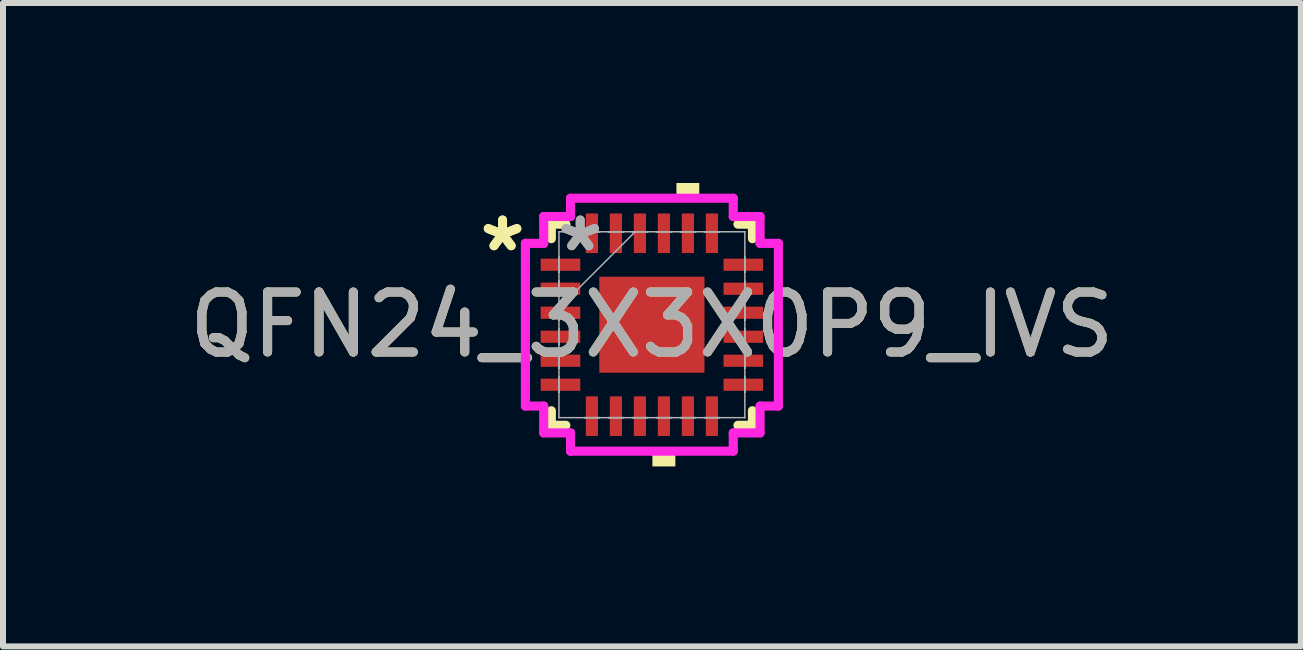
<source format=kicad_pcb>
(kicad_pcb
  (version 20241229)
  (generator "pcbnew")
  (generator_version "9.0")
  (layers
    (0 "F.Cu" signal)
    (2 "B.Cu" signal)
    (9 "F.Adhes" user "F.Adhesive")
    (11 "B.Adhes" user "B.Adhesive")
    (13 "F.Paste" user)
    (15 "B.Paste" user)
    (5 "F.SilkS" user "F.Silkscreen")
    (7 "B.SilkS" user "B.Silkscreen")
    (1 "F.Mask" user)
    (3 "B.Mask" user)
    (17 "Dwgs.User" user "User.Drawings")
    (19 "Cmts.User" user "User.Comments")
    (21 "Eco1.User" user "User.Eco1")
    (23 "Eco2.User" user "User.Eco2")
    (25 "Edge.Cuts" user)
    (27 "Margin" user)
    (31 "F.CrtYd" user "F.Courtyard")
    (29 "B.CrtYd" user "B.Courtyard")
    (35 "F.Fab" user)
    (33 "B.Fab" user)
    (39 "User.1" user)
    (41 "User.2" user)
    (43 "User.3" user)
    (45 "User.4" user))
  (footprint "QFN24_3X3X0P9_IVS"
    (layer "F.Cu")
    (at 7.815 2.362)
    (property "Reference" "QFN24_3X3X0P9_IVS" (at 0 0 0) (unlocked yes) (layer "F.SilkS") (effects (font (size 1 1) (thickness 0.15))))
    (attr smd)
    (fp_line (start -1.676 -1.676) (end -1.676 -1.434) (stroke (width 0.152) (type solid)) (layer "F.SilkS"))
    (fp_line (start -1.676 1.434) (end -1.676 1.676) (stroke (width 0.152) (type solid)) (layer "F.SilkS"))
    (fp_line (start -1.676 1.676) (end -1.434 1.676) (stroke (width 0.152) (type solid)) (layer "F.SilkS"))
    (fp_line (start -1.434 -1.676) (end -1.676 -1.676) (stroke (width 0.152) (type solid)) (layer "F.SilkS"))
    (fp_line (start 1.434 1.676) (end 1.676 1.676) (stroke (width 0.152) (type solid)) (layer "F.SilkS"))
    (fp_line (start 1.676 -1.676) (end 1.434 -1.676) (stroke (width 0.152) (type solid)) (layer "F.SilkS"))
    (fp_line (start 1.676 -1.434) (end 1.676 -1.676) (stroke (width 0.152) (type solid)) (layer "F.SilkS"))
    (fp_line (start 1.676 1.676) (end 1.676 1.434) (stroke (width 0.152) (type solid)) (layer "F.SilkS"))
    (fp_poly (pts (xy 0.009 2.108) (xy 0.009 2.362) (xy 0.391 2.362) (xy 0.391 2.108)) (stroke (width 0) (type solid)) (fill yes) (layer "F.SilkS"))
    (fp_poly (pts (xy 0.409 -2.108) (xy 0.409 -2.362) (xy 0.79 -2.362) (xy 0.79 -2.108)) (stroke (width 0) (type solid)) (fill yes) (layer "F.SilkS"))
    (fp_line (start -2.108 -1.356) (end -1.803 -1.356) (stroke (width 0.152) (type solid)) (layer "F.CrtYd"))
    (fp_line (start -2.108 1.356) (end -2.108 -1.356) (stroke (width 0.152) (type solid)) (layer "F.CrtYd"))
    (fp_line (start -1.803 -1.803) (end -1.356 -1.803) (stroke (width 0.152) (type solid)) (layer "F.CrtYd"))
    (fp_line (start -1.803 -1.356) (end -1.803 -1.803) (stroke (width 0.152) (type solid)) (layer "F.CrtYd"))
    (fp_line (start -1.803 1.356) (end -2.108 1.356) (stroke (width 0.152) (type solid)) (layer "F.CrtYd"))
    (fp_line (start -1.803 1.803) (end -1.803 1.356) (stroke (width 0.152) (type solid)) (layer "F.CrtYd"))
    (fp_line (start -1.356 -2.108) (end 1.356 -2.108) (stroke (width 0.152) (type solid)) (layer "F.CrtYd"))
    (fp_line (start -1.356 -1.803) (end -1.356 -2.108) (stroke (width 0.152) (type solid)) (layer "F.CrtYd"))
    (fp_line (start -1.356 1.803) (end -1.803 1.803) (stroke (width 0.152) (type solid)) (layer "F.CrtYd"))
    (fp_line (start -1.356 2.108) (end -1.356 1.803) (stroke (width 0.152) (type solid)) (layer "F.CrtYd"))
    (fp_line (start 1.356 -2.108) (end 1.356 -1.803) (stroke (width 0.152) (type solid)) (layer "F.CrtYd"))
    (fp_line (start 1.356 -1.803) (end 1.803 -1.803) (stroke (width 0.152) (type solid)) (layer "F.CrtYd"))
    (fp_line (start 1.356 1.803) (end 1.356 2.108) (stroke (width 0.152) (type solid)) (layer "F.CrtYd"))
    (fp_line (start 1.356 2.108) (end -1.356 2.108) (stroke (width 0.152) (type solid)) (layer "F.CrtYd"))
    (fp_line (start 1.803 -1.803) (end 1.803 -1.356) (stroke (width 0.152) (type solid)) (layer "F.CrtYd"))
    (fp_line (start 1.803 -1.356) (end 2.108 -1.356) (stroke (width 0.152) (type solid)) (layer "F.CrtYd"))
    (fp_line (start 1.803 1.356) (end 1.803 1.803) (stroke (width 0.152) (type solid)) (layer "F.CrtYd"))
    (fp_line (start 1.803 1.803) (end 1.356 1.803) (stroke (width 0.152) (type solid)) (layer "F.CrtYd"))
    (fp_line (start 2.108 -1.356) (end 2.108 1.356) (stroke (width 0.152) (type solid)) (layer "F.CrtYd"))
    (fp_line (start 2.108 1.356) (end 1.803 1.356) (stroke (width 0.152) (type solid)) (layer "F.CrtYd"))
    (fp_line (start -1.549 -1.549) (end -1.549 -1.549) (stroke (width 0.025) (type solid)) (layer "F.Fab"))
    (fp_line (start -1.549 -1.549) (end -1.549 1.549) (stroke (width 0.025) (type solid)) (layer "F.Fab"))
    (fp_line (start -1.549 -1.127) (end -1.549 -1.127) (stroke (width 0.025) (type solid)) (layer "F.Fab"))
    (fp_line (start -1.549 -1.127) (end -1.549 -0.873) (stroke (width 0.025) (type solid)) (layer "F.Fab"))
    (fp_line (start -1.549 -0.873) (end -1.549 -1.127) (stroke (width 0.025) (type solid)) (layer "F.Fab"))
    (fp_line (start -1.549 -0.873) (end -1.549 -0.873) (stroke (width 0.025) (type solid)) (layer "F.Fab"))
    (fp_line (start -1.549 -0.727) (end -1.549 -0.727) (stroke (width 0.025) (type solid)) (layer "F.Fab"))
    (fp_line (start -1.549 -0.727) (end -1.549 -0.473) (stroke (width 0.025) (type solid)) (layer "F.Fab"))
    (fp_line (start -1.549 -0.473) (end -1.549 -0.727) (stroke (width 0.025) (type solid)) (layer "F.Fab"))
    (fp_line (start -1.549 -0.473) (end -1.549 -0.473) (stroke (width 0.025) (type solid)) (layer "F.Fab"))
    (fp_line (start -1.549 -0.327) (end -1.549 -0.327) (stroke (width 0.025) (type solid)) (layer "F.Fab"))
    (fp_line (start -1.549 -0.327) (end -1.549 -0.073) (stroke (width 0.025) (type solid)) (layer "F.Fab"))
    (fp_line (start -1.549 -0.279) (end -0.279 -1.549) (stroke (width 0.025) (type solid)) (layer "F.Fab"))
    (fp_line (start -1.549 -0.073) (end -1.549 -0.327) (stroke (width 0.025) (type solid)) (layer "F.Fab"))
    (fp_line (start -1.549 -0.073) (end -1.549 -0.073) (stroke (width 0.025) (type solid)) (layer "F.Fab"))
    (fp_line (start -1.549 0.073) (end -1.549 0.073) (stroke (width 0.025) (type solid)) (layer "F.Fab"))
    (fp_line (start -1.549 0.073) (end -1.549 0.327) (stroke (width 0.025) (type solid)) (layer "F.Fab"))
    (fp_line (start -1.549 0.327) (end -1.549 0.073) (stroke (width 0.025) (type solid)) (layer "F.Fab"))
    (fp_line (start -1.549 0.327) (end -1.549 0.327) (stroke (width 0.025) (type solid)) (layer "F.Fab"))
    (fp_line (start -1.549 0.473) (end -1.549 0.473) (stroke (width 0.025) (type solid)) (layer "F.Fab"))
    (fp_line (start -1.549 0.473) (end -1.549 0.727) (stroke (width 0.025) (type solid)) (layer "F.Fab"))
    (fp_line (start -1.549 0.727) (end -1.549 0.473) (stroke (width 0.025) (type solid)) (layer "F.Fab"))
    (fp_line (start -1.549 0.727) (end -1.549 0.727) (stroke (width 0.025) (type solid)) (layer "F.Fab"))
    (fp_line (start -1.549 0.873) (end -1.549 0.873) (stroke (width 0.025) (type solid)) (layer "F.Fab"))
    (fp_line (start -1.549 0.873) (end -1.549 1.127) (stroke (width 0.025) (type solid)) (layer "F.Fab"))
    (fp_line (start -1.549 1.127) (end -1.549 0.873) (stroke (width 0.025) (type solid)) (layer "F.Fab"))
    (fp_line (start -1.549 1.127) (end -1.549 1.127) (stroke (width 0.025) (type solid)) (layer "F.Fab"))
    (fp_line (start -1.549 1.549) (end -1.549 1.549) (stroke (width 0.025) (type solid)) (layer "F.Fab"))
    (fp_line (start -1.549 1.549) (end 1.549 1.549) (stroke (width 0.025) (type solid)) (layer "F.Fab"))
    (fp_line (start -1.127 -1.549) (end -1.127 -1.549) (stroke (width 0.025) (type solid)) (layer "F.Fab"))
    (fp_line (start -1.127 -1.549) (end -0.873 -1.549) (stroke (width 0.025) (type solid)) (layer "F.Fab"))
    (fp_line (start -1.127 1.549) (end -1.127 1.549) (stroke (width 0.025) (type solid)) (layer "F.Fab"))
    (fp_line (start -1.127 1.549) (end -0.873 1.549) (stroke (width 0.025) (type solid)) (layer "F.Fab"))
    (fp_line (start -0.873 -1.549) (end -1.127 -1.549) (stroke (width 0.025) (type solid)) (layer "F.Fab"))
    (fp_line (start -0.873 -1.549) (end -0.873 -1.549) (stroke (width 0.025) (type solid)) (layer "F.Fab"))
    (fp_line (start -0.873 1.549) (end -1.127 1.549) (stroke (width 0.025) (type solid)) (layer "F.Fab"))
    (fp_line (start -0.873 1.549) (end -0.873 1.549) (stroke (width 0.025) (type solid)) (layer "F.Fab"))
    (fp_line (start -0.727 -1.549) (end -0.727 -1.549) (stroke (width 0.025) (type solid)) (layer "F.Fab"))
    (fp_line (start -0.727 -1.549) (end -0.473 -1.549) (stroke (width 0.025) (type solid)) (layer "F.Fab"))
    (fp_line (start -0.727 1.549) (end -0.727 1.549) (stroke (width 0.025) (type solid)) (layer "F.Fab"))
    (fp_line (start -0.727 1.549) (end -0.473 1.549) (stroke (width 0.025) (type solid)) (layer "F.Fab"))
    (fp_line (start -0.473 -1.549) (end -0.727 -1.549) (stroke (width 0.025) (type solid)) (layer "F.Fab"))
    (fp_line (start -0.473 -1.549) (end -0.473 -1.549) (stroke (width 0.025) (type solid)) (layer "F.Fab"))
    (fp_line (start -0.473 1.549) (end -0.727 1.549) (stroke (width 0.025) (type solid)) (layer "F.Fab"))
    (fp_line (start -0.473 1.549) (end -0.473 1.549) (stroke (width 0.025) (type solid)) (layer "F.Fab"))
    (fp_line (start -0.327 -1.549) (end -0.327 -1.549) (stroke (width 0.025) (type solid)) (layer "F.Fab"))
    (fp_line (start -0.327 -1.549) (end -0.073 -1.549) (stroke (width 0.025) (type solid)) (layer "F.Fab"))
    (fp_line (start -0.327 1.549) (end -0.327 1.549) (stroke (width 0.025) (type solid)) (layer "F.Fab"))
    (fp_line (start -0.327 1.549) (end -0.073 1.549) (stroke (width 0.025) (type solid)) (layer "F.Fab"))
    (fp_line (start -0.073 -1.549) (end -0.327 -1.549) (stroke (width 0.025) (type solid)) (layer "F.Fab"))
    (fp_line (start -0.073 -1.549) (end -0.073 -1.549) (stroke (width 0.025) (type solid)) (layer "F.Fab"))
    (fp_line (start -0.073 1.549) (end -0.327 1.549) (stroke (width 0.025) (type solid)) (layer "F.Fab"))
    (fp_line (start -0.073 1.549) (end -0.073 1.549) (stroke (width 0.025) (type solid)) (layer "F.Fab"))
    (fp_line (start 0.073 -1.549) (end 0.073 -1.549) (stroke (width 0.025) (type solid)) (layer "F.Fab"))
    (fp_line (start 0.073 -1.549) (end 0.327 -1.549) (stroke (width 0.025) (type solid)) (layer "F.Fab"))
    (fp_line (start 0.073 1.549) (end 0.073 1.549) (stroke (width 0.025) (type solid)) (layer "F.Fab"))
    (fp_line (start 0.073 1.549) (end 0.327 1.549) (stroke (width 0.025) (type solid)) (layer "F.Fab"))
    (fp_line (start 0.327 -1.549) (end 0.073 -1.549) (stroke (width 0.025) (type solid)) (layer "F.Fab"))
    (fp_line (start 0.327 -1.549) (end 0.327 -1.549) (stroke (width 0.025) (type solid)) (layer "F.Fab"))
    (fp_line (start 0.327 1.549) (end 0.073 1.549) (stroke (width 0.025) (type solid)) (layer "F.Fab"))
    (fp_line (start 0.327 1.549) (end 0.327 1.549) (stroke (width 0.025) (type solid)) (layer "F.Fab"))
    (fp_line (start 0.473 -1.549) (end 0.473 -1.549) (stroke (width 0.025) (type solid)) (layer "F.Fab"))
    (fp_line (start 0.473 -1.549) (end 0.727 -1.549) (stroke (width 0.025) (type solid)) (layer "F.Fab"))
    (fp_line (start 0.473 1.549) (end 0.473 1.549) (stroke (width 0.025) (type solid)) (layer "F.Fab"))
    (fp_line (start 0.473 1.549) (end 0.727 1.549) (stroke (width 0.025) (type solid)) (layer "F.Fab"))
    (fp_line (start 0.727 -1.549) (end 0.473 -1.549) (stroke (width 0.025) (type solid)) (layer "F.Fab"))
    (fp_line (start 0.727 -1.549) (end 0.727 -1.549) (stroke (width 0.025) (type solid)) (layer "F.Fab"))
    (fp_line (start 0.727 1.549) (end 0.473 1.549) (stroke (width 0.025) (type solid)) (layer "F.Fab"))
    (fp_line (start 0.727 1.549) (end 0.727 1.549) (stroke (width 0.025) (type solid)) (layer "F.Fab"))
    (fp_line (start 0.873 -1.549) (end 0.873 -1.549) (stroke (width 0.025) (type solid)) (layer "F.Fab"))
    (fp_line (start 0.873 -1.549) (end 1.127 -1.549) (stroke (width 0.025) (type solid)) (layer "F.Fab"))
    (fp_line (start 0.873 1.549) (end 0.873 1.549) (stroke (width 0.025) (type solid)) (layer "F.Fab"))
    (fp_line (start 0.873 1.549) (end 1.127 1.549) (stroke (width 0.025) (type solid)) (layer "F.Fab"))
    (fp_line (start 1.127 -1.549) (end 0.873 -1.549) (stroke (width 0.025) (type solid)) (layer "F.Fab"))
    (fp_line (start 1.127 -1.549) (end 1.127 -1.549) (stroke (width 0.025) (type solid)) (layer "F.Fab"))
    (fp_line (start 1.127 1.549) (end 0.873 1.549) (stroke (width 0.025) (type solid)) (layer "F.Fab"))
    (fp_line (start 1.127 1.549) (end 1.127 1.549) (stroke (width 0.025) (type solid)) (layer "F.Fab"))
    (fp_line (start 1.549 -1.549) (end -1.549 -1.549) (stroke (width 0.025) (type solid)) (layer "F.Fab"))
    (fp_line (start 1.549 -1.549) (end 1.549 -1.549) (stroke (width 0.025) (type solid)) (layer "F.Fab"))
    (fp_line (start 1.549 -1.127) (end 1.549 -1.127) (stroke (width 0.025) (type solid)) (layer "F.Fab"))
    (fp_line (start 1.549 -1.127) (end 1.549 -0.873) (stroke (width 0.025) (type solid)) (layer "F.Fab"))
    (fp_line (start 1.549 -0.873) (end 1.549 -1.127) (stroke (width 0.025) (type solid)) (layer "F.Fab"))
    (fp_line (start 1.549 -0.873) (end 1.549 -0.873) (stroke (width 0.025) (type solid)) (layer "F.Fab"))
    (fp_line (start 1.549 -0.727) (end 1.549 -0.727) (stroke (width 0.025) (type solid)) (layer "F.Fab"))
    (fp_line (start 1.549 -0.727) (end 1.549 -0.473) (stroke (width 0.025) (type solid)) (layer "F.Fab"))
    (fp_line (start 1.549 -0.473) (end 1.549 -0.727) (stroke (width 0.025) (type solid)) (layer "F.Fab"))
    (fp_line (start 1.549 -0.473) (end 1.549 -0.473) (stroke (width 0.025) (type solid)) (layer "F.Fab"))
    (fp_line (start 1.549 -0.327) (end 1.549 -0.327) (stroke (width 0.025) (type solid)) (layer "F.Fab"))
    (fp_line (start 1.549 -0.327) (end 1.549 -0.073) (stroke (width 0.025) (type solid)) (layer "F.Fab"))
    (fp_line (start 1.549 -0.073) (end 1.549 -0.327) (stroke (width 0.025) (type solid)) (layer "F.Fab"))
    (fp_line (start 1.549 -0.073) (end 1.549 -0.073) (stroke (width 0.025) (type solid)) (layer "F.Fab"))
    (fp_line (start 1.549 0.073) (end 1.549 0.073) (stroke (width 0.025) (type solid)) (layer "F.Fab"))
    (fp_line (start 1.549 0.073) (end 1.549 0.327) (stroke (width 0.025) (type solid)) (layer "F.Fab"))
    (fp_line (start 1.549 0.327) (end 1.549 0.073) (stroke (width 0.025) (type solid)) (layer "F.Fab"))
    (fp_line (start 1.549 0.327) (end 1.549 0.327) (stroke (width 0.025) (type solid)) (layer "F.Fab"))
    (fp_line (start 1.549 0.473) (end 1.549 0.473) (stroke (width 0.025) (type solid)) (layer "F.Fab"))
    (fp_line (start 1.549 0.473) (end 1.549 0.727) (stroke (width 0.025) (type solid)) (layer "F.Fab"))
    (fp_line (start 1.549 0.727) (end 1.549 0.473) (stroke (width 0.025) (type solid)) (layer "F.Fab"))
    (fp_line (start 1.549 0.727) (end 1.549 0.727) (stroke (width 0.025) (type solid)) (layer "F.Fab"))
    (fp_line (start 1.549 0.873) (end 1.549 0.873) (stroke (width 0.025) (type solid)) (layer "F.Fab"))
    (fp_line (start 1.549 0.873) (end 1.549 1.127) (stroke (width 0.025) (type solid)) (layer "F.Fab"))
    (fp_line (start 1.549 1.127) (end 1.549 0.873) (stroke (width 0.025) (type solid)) (layer "F.Fab"))
    (fp_line (start 1.549 1.127) (end 1.549 1.127) (stroke (width 0.025) (type solid)) (layer "F.Fab"))
    (fp_line (start 1.549 1.549) (end 1.549 -1.549) (stroke (width 0.025) (type solid)) (layer "F.Fab"))
    (fp_line (start 1.549 1.549) (end 1.549 1.549) (stroke (width 0.025) (type solid)) (layer "F.Fab"))
    (fp_text user "*" (at -2.489 -1.2 0) (unlocked yes) (layer "F.SilkS") (effects (font (size 1 1) (thickness 0.15))))
    (fp_text user "*" (at -2.489 -1.2 0) (layer "F.SilkS") (effects (font (size 1 1) (thickness 0.15))))
    (fp_text user "*" (at -1.194 -1.2 0) (unlocked yes) (layer "F.Fab") (effects (font (size 1 1) (thickness 0.15))))
    (fp_text user "${REFERENCE}" (at 0 0 0) (unlocked yes) (layer "F.Fab") (effects (font (size 1 1) (thickness 0.15))))
    (fp_text user "*" (at -1.194 -1.2 0) (layer "F.Fab") (effects (font (size 1 1) (thickness 0.15))))
    (pad "1" smd rect (at -1.524 -1 90) (size 0.203 0.66) (layers "F.Cu" "F.Mask" "F.Paste"))
    (pad "2" smd rect (at -1.524 -0.6 90) (size 0.203 0.66) (layers "F.Cu" "F.Mask" "F.Paste"))
    (pad "3" smd rect (at -1.524 -0.2 90) (size 0.203 0.66) (layers "F.Cu" "F.Mask" "F.Paste"))
    (pad "4" smd rect (at -1.524 0.2 90) (size 0.203 0.66) (layers "F.Cu" "F.Mask" "F.Paste"))
    (pad "5" smd rect (at -1.524 0.6 90) (size 0.203 0.66) (layers "F.Cu" "F.Mask" "F.Paste"))
    (pad "6" smd rect (at -1.524 1 90) (size 0.203 0.66) (layers "F.Cu" "F.Mask" "F.Paste"))
    (pad "7" smd rect (at -1 1.524) (size 0.203 0.66) (layers "F.Cu" "F.Mask" "F.Paste"))
    (pad "8" smd rect (at -0.6 1.524) (size 0.203 0.66) (layers "F.Cu" "F.Mask" "F.Paste"))
    (pad "9" smd rect (at -0.2 1.524) (size 0.203 0.66) (layers "F.Cu" "F.Mask" "F.Paste"))
    (pad "10" smd rect (at 0.2 1.524) (size 0.203 0.66) (layers "F.Cu" "F.Mask" "F.Paste"))
    (pad "11" smd rect (at 0.6 1.524) (size 0.203 0.66) (layers "F.Cu" "F.Mask" "F.Paste"))
    (pad "12" smd rect (at 1 1.524) (size 0.203 0.66) (layers "F.Cu" "F.Mask" "F.Paste"))
    (pad "13" smd rect (at 1.524 1 90) (size 0.203 0.66) (layers "F.Cu" "F.Mask" "F.Paste"))
    (pad "14" smd rect (at 1.524 0.6 90) (size 0.203 0.66) (layers "F.Cu" "F.Mask" "F.Paste"))
    (pad "15" smd rect (at 1.524 0.2 90) (size 0.203 0.66) (layers "F.Cu" "F.Mask" "F.Paste"))
    (pad "16" smd rect (at 1.524 -0.2 90) (size 0.203 0.66) (layers "F.Cu" "F.Mask" "F.Paste"))
    (pad "17" smd rect (at 1.524 -0.6 90) (size 0.203 0.66) (layers "F.Cu" "F.Mask" "F.Paste"))
    (pad "18" smd rect (at 1.524 -1 90) (size 0.203 0.66) (layers "F.Cu" "F.Mask" "F.Paste"))
    (pad "19" smd rect (at 1 -1.524) (size 0.203 0.66) (layers "F.Cu" "F.Mask" "F.Paste"))
    (pad "20" smd rect (at 0.6 -1.524) (size 0.203 0.66) (layers "F.Cu" "F.Mask" "F.Paste"))
    (pad "21" smd rect (at 0.2 -1.524) (size 0.203 0.66) (layers "F.Cu" "F.Mask" "F.Paste"))
    (pad "22" smd rect (at -0.2 -1.524) (size 0.203 0.66) (layers "F.Cu" "F.Mask" "F.Paste"))
    (pad "23" smd rect (at -0.6 -1.524) (size 0.203 0.66) (layers "F.Cu" "F.Mask" "F.Paste"))
    (pad "24" smd rect (at -1 -1.524) (size 0.203 0.66) (layers "F.Cu" "F.Mask" "F.Paste"))
    (pad "25" smd rect (at 0 0) (size 1.753 1.6) (layers "F.Cu" "F.Mask" "F.Paste")))
  (gr_rect
    (start -3 -3)
    (end 18.631 7.724)
    (stroke (width 0.1) (type default))
    (fill no)
    (layer "Edge.Cuts")))
</source>
